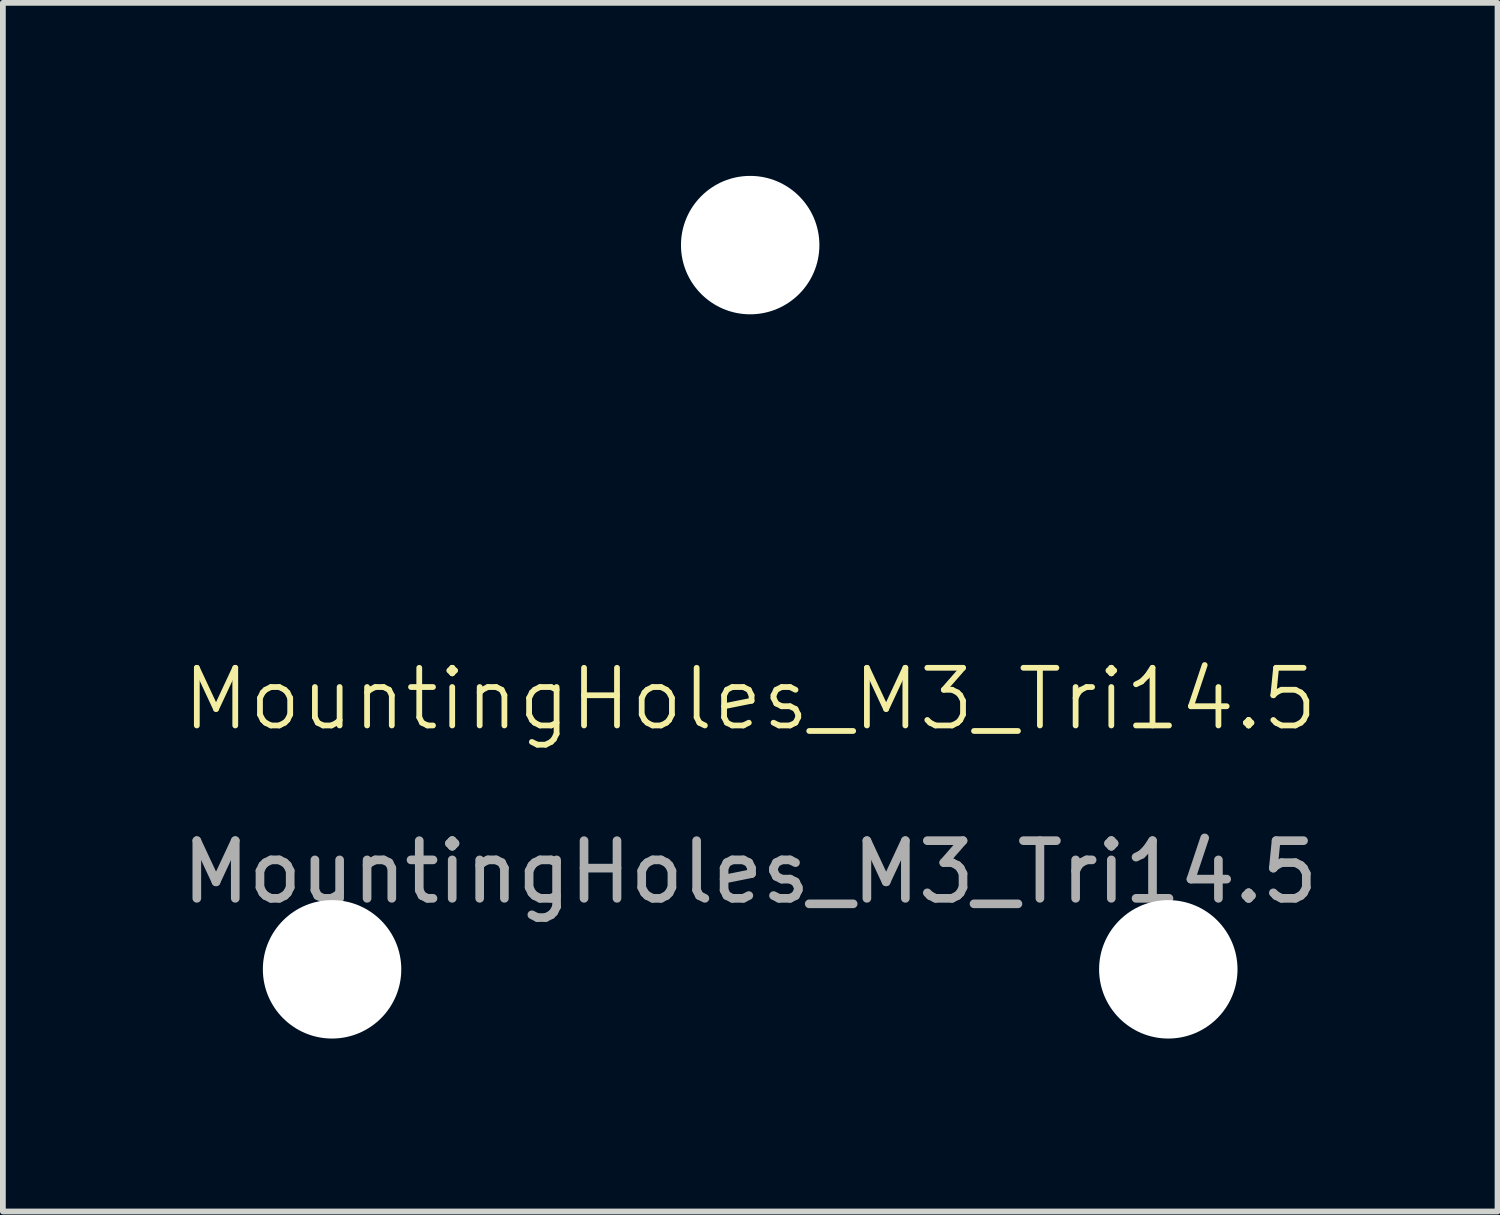
<source format=kicad_pcb>
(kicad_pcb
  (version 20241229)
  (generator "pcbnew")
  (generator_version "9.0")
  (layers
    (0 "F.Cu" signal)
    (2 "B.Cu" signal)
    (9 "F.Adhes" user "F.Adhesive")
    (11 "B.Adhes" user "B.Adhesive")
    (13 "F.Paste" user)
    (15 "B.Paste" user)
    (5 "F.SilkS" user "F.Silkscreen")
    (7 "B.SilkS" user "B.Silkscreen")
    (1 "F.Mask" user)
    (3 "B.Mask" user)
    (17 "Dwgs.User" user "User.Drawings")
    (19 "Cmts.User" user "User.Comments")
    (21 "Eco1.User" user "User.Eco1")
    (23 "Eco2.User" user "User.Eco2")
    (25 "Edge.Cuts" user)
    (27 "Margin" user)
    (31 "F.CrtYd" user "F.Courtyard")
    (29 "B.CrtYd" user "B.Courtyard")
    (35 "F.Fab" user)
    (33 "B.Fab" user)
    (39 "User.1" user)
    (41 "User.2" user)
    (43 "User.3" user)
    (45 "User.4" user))
  (footprint "MountingHoles_M3_Tri14.5"
    (layer "F.Cu")
    (at 9.958 9.572)
    (property "Reference" "MountingHoles_M3_Tri14.5" (at 0 -0.5 0) (unlocked yes) (layer "F.SilkS") (effects (font (size 1 1) (thickness 0.1))))
    (attr through_hole)
    (fp_text user "${REFERENCE}" (at 0 2.5 0) (unlocked yes) (layer "F.Fab") (effects (font (size 1 1) (thickness 0.15))))
    (pad "" np_thru_hole circle (at -7.25 4.186) (size 2.4 2.4) (drill 2.4) (layers "*.Cu" "*.Mask"))
    (pad "" np_thru_hole circle (at 0 -8.372) (size 2.4 2.4) (drill 2.4) (layers "*.Cu" "*.Mask"))
    (pad "" np_thru_hole circle (at 7.25 4.186) (size 2.4 2.4) (drill 2.4) (layers "*.Cu" "*.Mask")))
  (gr_rect
    (start -3 -3)
    (end 22.917 17.957)
    (stroke (width 0.1) (type default))
    (fill no)
    (layer "Edge.Cuts")))
</source>
